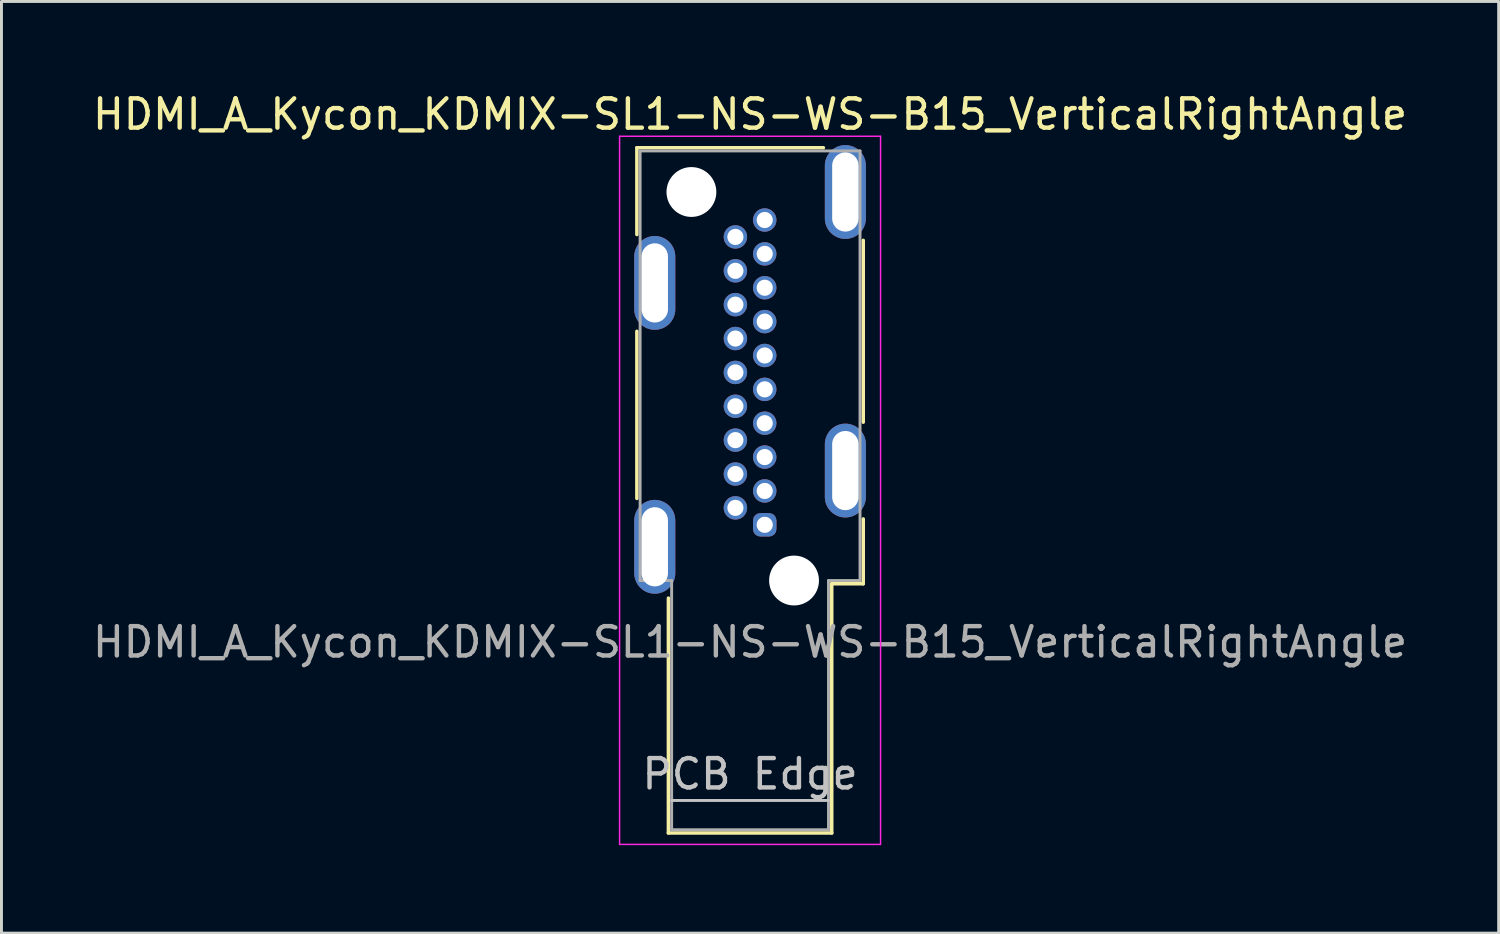
<source format=kicad_pcb>
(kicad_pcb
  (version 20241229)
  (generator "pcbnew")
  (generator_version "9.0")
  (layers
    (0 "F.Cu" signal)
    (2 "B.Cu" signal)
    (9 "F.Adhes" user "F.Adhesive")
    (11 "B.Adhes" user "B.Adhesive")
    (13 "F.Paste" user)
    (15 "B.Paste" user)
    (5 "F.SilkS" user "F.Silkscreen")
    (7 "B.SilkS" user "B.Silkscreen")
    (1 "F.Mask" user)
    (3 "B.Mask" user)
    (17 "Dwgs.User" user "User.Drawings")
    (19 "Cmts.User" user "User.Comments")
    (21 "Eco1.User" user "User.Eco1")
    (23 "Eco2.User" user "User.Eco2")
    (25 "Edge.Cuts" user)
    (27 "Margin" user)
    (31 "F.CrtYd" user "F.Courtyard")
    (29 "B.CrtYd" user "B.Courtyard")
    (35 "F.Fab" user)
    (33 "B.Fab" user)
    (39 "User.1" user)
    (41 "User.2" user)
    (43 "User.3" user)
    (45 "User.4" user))
  (footprint "HDMI_A_Kycon_KDMIX-SL1-NS-WS-B15_VerticalRightAngle"
    (layer "F.Cu")
    (at 23.03 14.848)
    (property "Reference" "HDMI_A_Kycon_KDMIX-SL1-NS-WS-B15_VerticalRightAngle" (at -0.5 -14 0) (layer "F.SilkS") (effects (font (size 1 1) (thickness 0.15))))
    (attr through_hole)
    (fp_line (start -4.36 -12.86) (end -4.36 -9.9) (stroke (width 0.12) (type solid)) (layer "F.SilkS"))
    (fp_line (start -4.36 -12.86) (end 2 -12.86) (stroke (width 0.12) (type solid)) (layer "F.SilkS"))
    (fp_line (start -4.36 -6.6) (end -4.36 -0.9) (stroke (width 0.12) (type solid)) (layer "F.SilkS"))
    (fp_line (start -3.285 10.51) (end -3.285 2.5) (stroke (width 0.12) (type solid)) (layer "F.SilkS"))
    (fp_line (start -3.285 10.51) (end 2.285 10.51) (stroke (width 0.12) (type solid)) (layer "F.SilkS"))
    (fp_line (start 2.285 2.01) (end 3.36 2.01) (stroke (width 0.12) (type solid)) (layer "F.SilkS"))
    (fp_line (start 2.285 10.51) (end 2.285 2.01) (stroke (width 0.12) (type solid)) (layer "F.SilkS"))
    (fp_line (start 3.36 -9.7) (end 3.36 -3.5) (stroke (width 0.12) (type solid)) (layer "F.SilkS"))
    (fp_line (start 3.36 2.01) (end 3.36 -0.2) (stroke (width 0.12) (type solid)) (layer "F.SilkS"))
    (fp_line (start -3.175 9.4) (end 2.175 9.4) (stroke (width 0.1) (type solid)) (layer "Dwgs.User"))
    (fp_line (start -4.95 -13.25) (end 3.95 -13.25) (stroke (width 0.05) (type solid)) (layer "F.CrtYd"))
    (fp_line (start -4.95 10.9) (end -4.95 -13.25) (stroke (width 0.05) (type solid)) (layer "F.CrtYd"))
    (fp_line (start -4.95 10.9) (end 3.95 10.9) (stroke (width 0.05) (type solid)) (layer "F.CrtYd"))
    (fp_line (start 3.95 -13.25) (end 3.95 10.9) (stroke (width 0.05) (type solid)) (layer "F.CrtYd"))
    (fp_line (start -4.25 -12.75) (end -4.25 1.9) (stroke (width 0.1) (type solid)) (layer "F.Fab"))
    (fp_line (start -4.25 -12.75) (end 3.25 -12.75) (stroke (width 0.1) (type solid)) (layer "F.Fab"))
    (fp_line (start -3.175 1.9) (end -4.25 1.9) (stroke (width 0.1) (type solid)) (layer "F.Fab"))
    (fp_line (start -3.175 1.9) (end -3.175 10.4) (stroke (width 0.1) (type solid)) (layer "F.Fab"))
    (fp_line (start -3.175 10.4) (end 2.175 10.4) (stroke (width 0.1) (type solid)) (layer "F.Fab"))
    (fp_line (start 2.175 1.9) (end 3.25 1.9) (stroke (width 0.1) (type solid)) (layer "F.Fab"))
    (fp_line (start 2.175 10.4) (end 2.175 1.9) (stroke (width 0.1) (type solid)) (layer "F.Fab"))
    (fp_line (start 3.25 1.9) (end 3.25 -12.75) (stroke (width 0.1) (type solid)) (layer "F.Fab"))
    (fp_text user "PCB Edge" (at -0.5 8.5 0) (layer "Dwgs.User") (effects (font (size 1 1) (thickness 0.15))))
    (fp_text user "${REFERENCE}" (at -0.5 4 0) (layer "F.Fab") (effects (font (size 1 1) (thickness 0.15))))
    (pad "" np_thru_hole circle (at -2.5 -11.35) (size 1.7 1.7) (drill 1.7) (layers "*.Cu" "*.Mask"))
    (pad "" np_thru_hole circle (at 1 1.9) (size 1.7 1.7) (drill 1.7) (layers "*.Cu" "*.Mask"))
    (pad "1" thru_hole roundrect (at 0 0) (size 0.8 0.8) (drill 0.55) (layers "*.Cu" "*.Mask") (roundrect_rratio 0.313))
    (pad "2" thru_hole circle (at -1 -0.578) (size 0.8 0.8) (drill 0.55) (layers "*.Cu" "*.Mask"))
    (pad "3" thru_hole circle (at 0 -1.155) (size 0.8 0.8) (drill 0.55) (layers "*.Cu" "*.Mask"))
    (pad "4" thru_hole circle (at -1 -1.732) (size 0.8 0.8) (drill 0.55) (layers "*.Cu" "*.Mask"))
    (pad "5" thru_hole circle (at 0 -2.31) (size 0.8 0.8) (drill 0.55) (layers "*.Cu" "*.Mask"))
    (pad "6" thru_hole circle (at -1 -2.888) (size 0.8 0.8) (drill 0.55) (layers "*.Cu" "*.Mask"))
    (pad "7" thru_hole circle (at 0 -3.465) (size 0.8 0.8) (drill 0.55) (layers "*.Cu" "*.Mask"))
    (pad "8" thru_hole circle (at -1 -4.043) (size 0.8 0.8) (drill 0.55) (layers "*.Cu" "*.Mask"))
    (pad "9" thru_hole circle (at 0 -4.62) (size 0.8 0.8) (drill 0.55) (layers "*.Cu" "*.Mask"))
    (pad "10" thru_hole circle (at -1 -5.197) (size 0.8 0.8) (drill 0.55) (layers "*.Cu" "*.Mask"))
    (pad "11" thru_hole circle (at 0 -5.775) (size 0.8 0.8) (drill 0.55) (layers "*.Cu" "*.Mask"))
    (pad "12" thru_hole circle (at -1 -6.353) (size 0.8 0.8) (drill 0.55) (layers "*.Cu" "*.Mask"))
    (pad "13" thru_hole circle (at 0 -6.93) (size 0.8 0.8) (drill 0.55) (layers "*.Cu" "*.Mask"))
    (pad "14" thru_hole circle (at -1 -7.508) (size 0.8 0.8) (drill 0.55) (layers "*.Cu" "*.Mask"))
    (pad "15" thru_hole circle (at 0 -8.085) (size 0.8 0.8) (drill 0.55) (layers "*.Cu" "*.Mask"))
    (pad "16" thru_hole circle (at -1 -8.662) (size 0.8 0.8) (drill 0.55) (layers "*.Cu" "*.Mask"))
    (pad "17" thru_hole circle (at 0 -9.24) (size 0.8 0.8) (drill 0.55) (layers "*.Cu" "*.Mask"))
    (pad "18" thru_hole circle (at -1 -9.818) (size 0.8 0.8) (drill 0.55) (layers "*.Cu" "*.Mask"))
    (pad "19" thru_hole circle (at 0 -10.395) (size 0.8 0.8) (drill 0.55) (layers "*.Cu" "*.Mask"))
    (pad "SH" thru_hole oval (at -3.75 -8.25) (size 1.4 3.2) (drill oval 0.9 2.7) (layers "*.Cu" "*.Mask"))
    (pad "SH" thru_hole oval (at -3.75 0.75) (size 1.4 3.2) (drill oval 0.9 2.7) (layers "*.Cu" "*.Mask"))
    (pad "SH" thru_hole oval (at 2.75 -11.35) (size 1.4 3.2) (drill oval 0.9 2.7) (layers "*.Cu" "*.Mask"))
    (pad "SH" thru_hole oval (at 2.75 -1.85) (size 1.4 3.2) (drill oval 0.9 2.7) (layers "*.Cu" "*.Mask")))
  (gr_rect
    (start -3 -3)
    (end 48.06 28.773)
    (stroke (width 0.1) (type default))
    (fill no)
    (layer "Edge.Cuts")))
</source>
